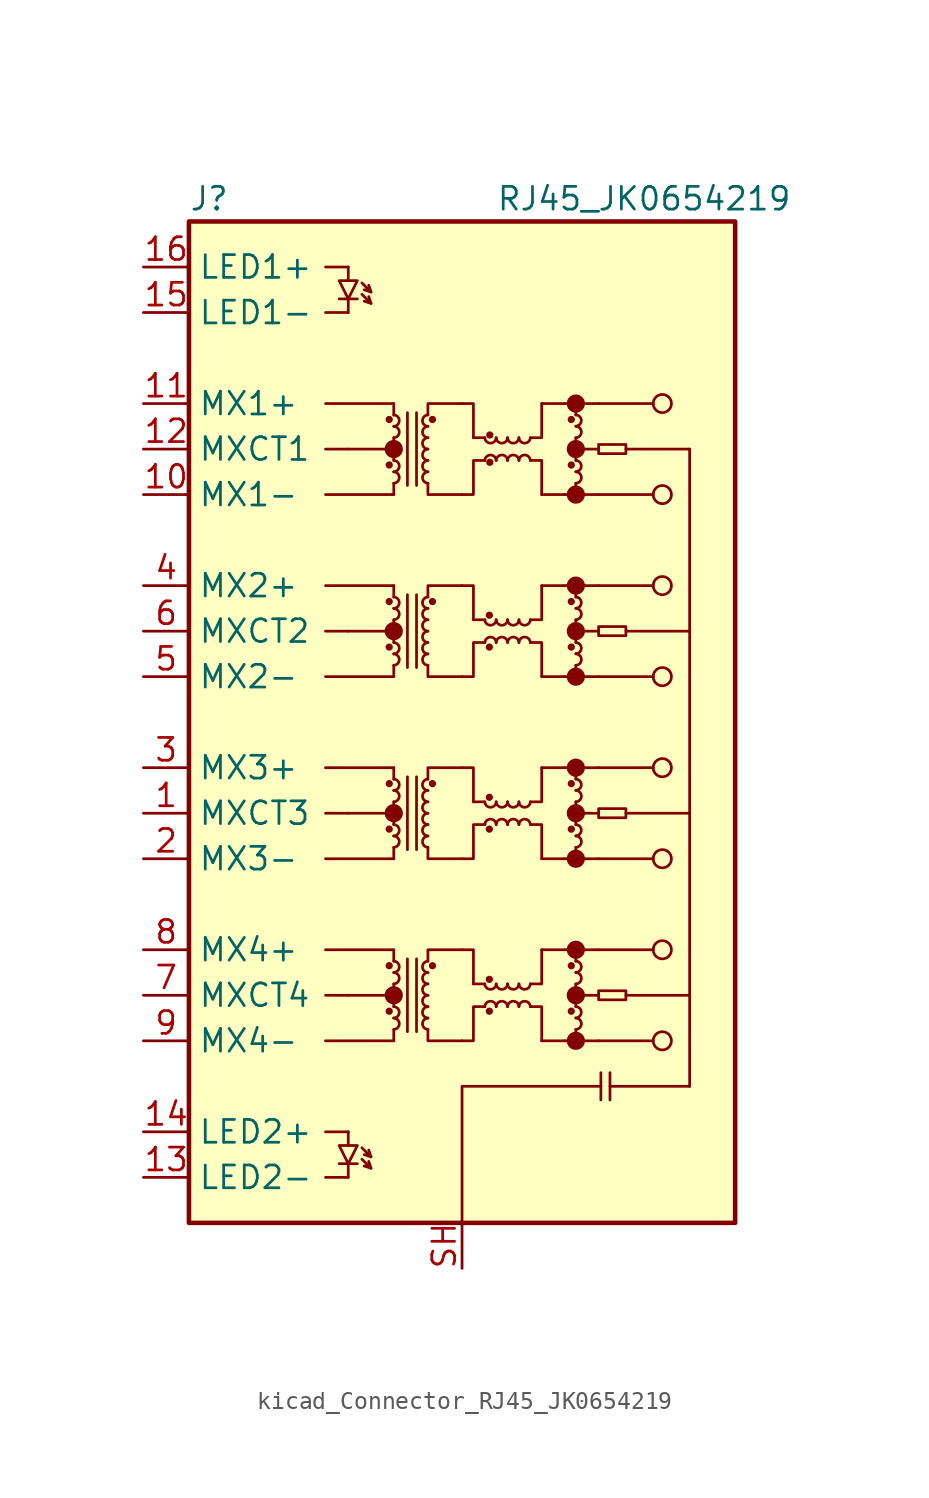
<source format=kicad_sym>
(kicad_symbol_lib
  (version 20220914)
  (generator kicad_symbol_editor)
  (symbol "kicad_Connector_RJ45_JK0654219"
    (property "Reference" "J"
      (at -15.24 29.21 0)
      (effects (font (size 1.27 1.27)) (justify left)))
    (property "Value" "RJ45_JK0654219"
      (at 10.16 29.21 0)
      (effects (font (size 1.27 1.27))))
    (symbol "kicad_Connector_RJ45_JK0654219_0_0"
      (circle (center -3.81 -15.24) (radius 0.0001) (stroke (width 0.508) (type default)) (fill (type none)))
      (circle (center -3.81 -5.08) (radius 0.0001) (stroke (width 0.508) (type default)) (fill (type none)))
      (circle (center -3.81 5.08) (radius 0.0001) (stroke (width 0.508) (type default)) (fill (type none)))
      (circle (center -3.81 15.24) (radius 0.0001) (stroke (width 0.508) (type default)) (fill (type none)))
      (circle (center 6.35 -17.78) (radius 0.0001) (stroke (width 0.508) (type default)) (fill (type none)))
      (circle (center 6.35 -15.24) (radius 0.0001) (stroke (width 0.508) (type default)) (fill (type none)))
      (circle (center 6.35 -12.7) (radius 0.0001) (stroke (width 0.508) (type default)) (fill (type none)))
      (circle (center 6.35 -7.62) (radius 0.0001) (stroke (width 0.508) (type default)) (fill (type none)))
      (circle (center 6.35 -5.08) (radius 0.0001) (stroke (width 0.508) (type default)) (fill (type none)))
      (circle (center 6.35 -2.54) (radius 0.0001) (stroke (width 0.508) (type default)) (fill (type none)))
      (circle (center 6.35 2.54) (radius 0.0001) (stroke (width 0.508) (type default)) (fill (type none)))
      (circle (center 6.35 5.08) (radius 0.0001) (stroke (width 0.508) (type default)) (fill (type none)))
      (circle (center 6.35 7.62) (radius 0.0001) (stroke (width 0.508) (type default)) (fill (type none)))
      (circle (center 6.35 12.7) (radius 0.0001) (stroke (width 0.508) (type default)) (fill (type none)))
      (circle (center 6.35 15.24) (radius 0.0001) (stroke (width 0.508) (type default)) (fill (type none)))
      (circle (center 6.35 17.78) (radius 0.0001) (stroke (width 0.508) (type default)) (fill (type none))))
    (symbol "kicad_Connector_RJ45_JK0654219_0_1"
      (rectangle (start -15.24 27.94) (end 15.24 -27.94) (stroke (width 0.254) (type default)) (fill (type background)))
      (circle (center -4.064 -16.129) (radius 0.127) (stroke (width 0) (type default)) (fill (type outline)))
      (circle (center -4.064 -13.589) (radius 0.127) (stroke (width 0) (type default)) (fill (type outline)))
      (circle (center -4.064 -5.969) (radius 0.127) (stroke (width 0) (type default)) (fill (type outline)))
      (circle (center -4.064 -3.429) (radius 0.127) (stroke (width 0) (type default)) (fill (type outline)))
      (circle (center -4.064 4.191) (radius 0.127) (stroke (width 0) (type default)) (fill (type outline)))
      (circle (center -4.064 6.731) (radius 0.127) (stroke (width 0) (type default)) (fill (type outline)))
      (circle (center -4.064 14.351) (radius 0.127) (stroke (width 0) (type default)) (fill (type outline)))
      (circle (center -4.064 16.891) (radius 0.127) (stroke (width 0) (type default)) (fill (type outline)))
      (arc (start -3.81 -17.145) (mid -3.5052 -16.8402) (end -3.81 -16.51) (stroke (width 0) (type default)) (fill (type none)))
      (arc (start -3.81 -16.51) (mid -3.5052 -16.2052) (end -3.81 -15.875) (stroke (width 0) (type default)) (fill (type none)))
      (arc (start -3.81 -14.605) (mid -3.5052 -14.3002) (end -3.81 -13.97) (stroke (width 0) (type default)) (fill (type none)))
      (arc (start -3.81 -13.97) (mid -3.5052 -13.6652) (end -3.81 -13.335) (stroke (width 0) (type default)) (fill (type none)))
      (arc (start -3.81 -6.985) (mid -3.5052 -6.6802) (end -3.81 -6.35) (stroke (width 0) (type default)) (fill (type none)))
      (arc (start -3.81 -6.35) (mid -3.5052 -6.0452) (end -3.81 -5.715) (stroke (width 0) (type default)) (fill (type none)))
      (arc (start -3.81 -4.445) (mid -3.5052 -4.1402) (end -3.81 -3.81) (stroke (width 0) (type default)) (fill (type none)))
      (arc (start -3.81 -3.81) (mid -3.5052 -3.5052) (end -3.81 -3.175) (stroke (width 0) (type default)) (fill (type none)))
      (arc (start -3.81 3.175) (mid -3.5052 3.4798) (end -3.81 3.81) (stroke (width 0) (type default)) (fill (type none)))
      (arc (start -3.81 3.81) (mid -3.5052 4.1148) (end -3.81 4.445) (stroke (width 0) (type default)) (fill (type none)))
      (arc (start -3.81 5.715) (mid -3.5052 6.0198) (end -3.81 6.35) (stroke (width 0) (type default)) (fill (type none)))
      (arc (start -3.81 6.35) (mid -3.5052 6.6548) (end -3.81 6.985) (stroke (width 0) (type default)) (fill (type none)))
      (arc (start -3.81 13.335) (mid -3.5052 13.6398) (end -3.81 13.97) (stroke (width 0) (type default)) (fill (type none)))
      (arc (start -3.81 13.97) (mid -3.5052 14.2748) (end -3.81 14.605) (stroke (width 0) (type default)) (fill (type none)))
      (arc (start -3.81 15.875) (mid -3.5052 16.1798) (end -3.81 16.51) (stroke (width 0) (type default)) (fill (type none)))
      (arc (start -3.81 16.51) (mid -3.5052 16.8148) (end -3.81 17.145) (stroke (width 0) (type default)) (fill (type none)))
      (arc (start -1.905 -16.51) (mid -2.2098 -16.8148) (end -1.905 -17.145) (stroke (width 0) (type default)) (fill (type none)))
      (arc (start -1.905 -15.875) (mid -2.2098 -16.1798) (end -1.905 -16.51) (stroke (width 0) (type default)) (fill (type none)))
      (arc (start -1.905 -15.24) (mid -2.2098 -15.5448) (end -1.905 -15.875) (stroke (width 0) (type default)) (fill (type none)))
      (arc (start -1.905 -14.605) (mid -2.2098 -14.9098) (end -1.905 -15.24) (stroke (width 0) (type default)) (fill (type none)))
      (arc (start -1.905 -13.97) (mid -2.2098 -14.2748) (end -1.905 -14.605) (stroke (width 0) (type default)) (fill (type none)))
      (arc (start -1.905 -13.335) (mid -2.2098 -13.6398) (end -1.905 -13.97) (stroke (width 0) (type default)) (fill (type none)))
      (arc (start -1.905 -6.35) (mid -2.2098 -6.6548) (end -1.905 -6.985) (stroke (width 0) (type default)) (fill (type none)))
      (arc (start -1.905 -5.715) (mid -2.2098 -6.0198) (end -1.905 -6.35) (stroke (width 0) (type default)) (fill (type none)))
      (arc (start -1.905 -5.08) (mid -2.2098 -5.3848) (end -1.905 -5.715) (stroke (width 0) (type default)) (fill (type none)))
      (arc (start -1.905 -4.445) (mid -2.2098 -4.7498) (end -1.905 -5.08) (stroke (width 0) (type default)) (fill (type none)))
      (arc (start -1.905 -3.81) (mid -2.2098 -4.1148) (end -1.905 -4.445) (stroke (width 0) (type default)) (fill (type none)))
      (arc (start -1.905 -3.175) (mid -2.2098 -3.4798) (end -1.905 -3.81) (stroke (width 0) (type default)) (fill (type none)))
      (arc (start -1.905 3.81) (mid -2.2098 3.5052) (end -1.905 3.175) (stroke (width 0) (type default)) (fill (type none)))
      (arc (start -1.905 4.445) (mid -2.2098 4.1402) (end -1.905 3.81) (stroke (width 0) (type default)) (fill (type none)))
      (arc (start -1.905 5.08) (mid -2.2098 4.7752) (end -1.905 4.445) (stroke (width 0) (type default)) (fill (type none)))
      (arc (start -1.905 5.715) (mid -2.2098 5.4102) (end -1.905 5.08) (stroke (width 0) (type default)) (fill (type none)))
      (arc (start -1.905 6.35) (mid -2.2098 6.0452) (end -1.905 5.715) (stroke (width 0) (type default)) (fill (type none)))
      (arc (start -1.905 6.985) (mid -2.2098 6.6802) (end -1.905 6.35) (stroke (width 0) (type default)) (fill (type none)))
      (arc (start -1.905 13.97) (mid -2.2098 13.6652) (end -1.905 13.335) (stroke (width 0) (type default)) (fill (type none)))
      (arc (start -1.905 14.605) (mid -2.2098 14.3002) (end -1.905 13.97) (stroke (width 0) (type default)) (fill (type none)))
      (arc (start -1.905 15.24) (mid -2.2098 14.9352) (end -1.905 14.605) (stroke (width 0) (type default)) (fill (type none)))
      (arc (start -1.905 15.875) (mid -2.2098 15.5702) (end -1.905 15.24) (stroke (width 0) (type default)) (fill (type none)))
      (arc (start -1.905 16.51) (mid -2.2098 16.2052) (end -1.905 15.875) (stroke (width 0) (type default)) (fill (type none)))
      (arc (start -1.905 17.145) (mid -2.2098 16.8402) (end -1.905 16.51) (stroke (width 0) (type default)) (fill (type none)))
      (circle (center -1.651 -13.589) (radius 0.127) (stroke (width 0) (type default)) (fill (type outline)))
      (circle (center -1.651 -3.429) (radius 0.127) (stroke (width 0) (type default)) (fill (type outline)))
      (circle (center -1.651 6.731) (radius 0.127) (stroke (width 0) (type default)) (fill (type outline)))
      (circle (center -1.651 16.891) (radius 0.127) (stroke (width 0) (type default)) (fill (type outline)))
      (polyline (pts (xy -7.62 -17.78) (xy -3.81 -17.78)) (stroke (width 0) (type default)) (fill (type none)))
      (polyline (pts (xy -7.62 -15.24) (xy -6.35 -15.24)) (stroke (width 0) (type default)) (fill (type none)))
      (polyline (pts (xy -7.62 -12.7) (xy -3.81 -12.7)) (stroke (width 0) (type default)) (fill (type none)))
      (polyline (pts (xy -7.62 -7.62) (xy -3.81 -7.62)) (stroke (width 0) (type default)) (fill (type none)))
      (polyline (pts (xy -7.62 -5.08) (xy -6.35 -5.08)) (stroke (width 0) (type default)) (fill (type none)))
      (polyline (pts (xy -7.62 -2.54) (xy -3.81 -2.54)) (stroke (width 0) (type default)) (fill (type none)))
      (polyline (pts (xy -7.62 2.54) (xy -3.81 2.54)) (stroke (width 0) (type default)) (fill (type none)))
      (polyline (pts (xy -7.62 5.08) (xy -6.35 5.08)) (stroke (width 0) (type default)) (fill (type none)))
      (polyline (pts (xy -7.62 7.62) (xy -3.81 7.62)) (stroke (width 0) (type default)) (fill (type none)))
      (polyline (pts (xy -7.62 12.7) (xy -3.81 12.7)) (stroke (width 0) (type default)) (fill (type none)))
      (polyline (pts (xy -7.62 15.24) (xy -6.35 15.24)) (stroke (width 0) (type default)) (fill (type none)))
      (polyline (pts (xy -7.62 17.78) (xy -3.81 17.78)) (stroke (width 0) (type default)) (fill (type none)))
      (polyline (pts (xy -6.35 -15.24) (xy -3.81 -15.24)) (stroke (width 0) (type default)) (fill (type none)))
      (polyline (pts (xy -6.35 -5.08) (xy -3.81 -5.08)) (stroke (width 0) (type default)) (fill (type none)))
      (polyline (pts (xy -6.35 5.08) (xy -3.81 5.08)) (stroke (width 0) (type default)) (fill (type none)))
      (polyline (pts (xy -6.35 15.24) (xy -3.81 15.24)) (stroke (width 0) (type default)) (fill (type none)))
      (polyline (pts (xy -3.81 -17.78) (xy -3.81 -17.145)) (stroke (width 0) (type default)) (fill (type none)))
      (polyline (pts (xy -3.81 -15.24) (xy -3.81 -15.875)) (stroke (width 0) (type default)) (fill (type none)))
      (polyline (pts (xy -3.81 -15.24) (xy -3.81 -14.605)) (stroke (width 0) (type default)) (fill (type none)))
      (polyline (pts (xy -3.81 -12.7) (xy -3.81 -13.335)) (stroke (width 0) (type default)) (fill (type none)))
      (polyline (pts (xy -3.81 -7.62) (xy -3.81 -6.985)) (stroke (width 0) (type default)) (fill (type none)))
      (polyline (pts (xy -3.81 -5.08) (xy -3.81 -5.715)) (stroke (width 0) (type default)) (fill (type none)))
      (polyline (pts (xy -3.81 -5.08) (xy -3.81 -4.445)) (stroke (width 0) (type default)) (fill (type none)))
      (polyline (pts (xy -3.81 -2.54) (xy -3.81 -3.175)) (stroke (width 0) (type default)) (fill (type none)))
      (polyline (pts (xy -3.81 2.54) (xy -3.81 3.175)) (stroke (width 0) (type default)) (fill (type none)))
      (polyline (pts (xy -3.81 5.08) (xy -3.81 4.445)) (stroke (width 0) (type default)) (fill (type none)))
      (polyline (pts (xy -3.81 5.08) (xy -3.81 5.715)) (stroke (width 0) (type default)) (fill (type none)))
      (polyline (pts (xy -3.81 7.62) (xy -3.81 6.985)) (stroke (width 0) (type default)) (fill (type none)))
      (polyline (pts (xy -3.81 12.7) (xy -3.81 13.335)) (stroke (width 0) (type default)) (fill (type none)))
      (polyline (pts (xy -3.81 15.24) (xy -3.81 14.605)) (stroke (width 0) (type default)) (fill (type none)))
      (polyline (pts (xy -3.81 15.24) (xy -3.81 15.875)) (stroke (width 0) (type default)) (fill (type none)))
      (polyline (pts (xy -3.81 17.78) (xy -3.81 17.145)) (stroke (width 0) (type default)) (fill (type none)))
      (polyline (pts (xy -3.048 -17.272) (xy -3.048 -13.208)) (stroke (width 0) (type default)) (fill (type none)))
      (polyline (pts (xy -3.048 -7.112) (xy -3.048 -3.048)) (stroke (width 0) (type default)) (fill (type none)))
      (polyline (pts (xy -3.048 3.048) (xy -3.048 7.112)) (stroke (width 0) (type default)) (fill (type none)))
      (polyline (pts (xy -3.048 13.208) (xy -3.048 17.272)) (stroke (width 0) (type default)) (fill (type none)))
      (polyline (pts (xy -2.54 -17.272) (xy -2.54 -13.208)) (stroke (width 0) (type default)) (fill (type none)))
      (polyline (pts (xy -2.54 -7.112) (xy -2.54 -3.048)) (stroke (width 0) (type default)) (fill (type none)))
      (polyline (pts (xy -2.54 3.048) (xy -2.54 7.112)) (stroke (width 0) (type default)) (fill (type none)))
      (polyline (pts (xy -2.54 13.208) (xy -2.54 17.272)) (stroke (width 0) (type default)) (fill (type none)))
      (polyline (pts (xy 0.635 -14.605) (xy 1.27 -14.605)) (stroke (width 0) (type default)) (fill (type none)))
      (polyline (pts (xy 0.635 -4.445) (xy 1.27 -4.445)) (stroke (width 0) (type default)) (fill (type none)))
      (polyline (pts (xy 0.635 5.715) (xy 1.27 5.715)) (stroke (width 0) (type default)) (fill (type none)))
      (polyline (pts (xy 0.635 15.875) (xy 1.27 15.875)) (stroke (width 0) (type default)) (fill (type none)))
      (polyline (pts (xy 4.445 -17.78) (xy 5.715 -17.78)) (stroke (width 0) (type default)) (fill (type none)))
      (polyline (pts (xy 4.445 -12.7) (xy 5.715 -12.7)) (stroke (width 0) (type default)) (fill (type none)))
      (polyline (pts (xy 4.445 -7.62) (xy 5.715 -7.62)) (stroke (width 0) (type default)) (fill (type none)))
      (polyline (pts (xy 4.445 -2.54) (xy 5.715 -2.54)) (stroke (width 0) (type default)) (fill (type none)))
      (polyline (pts (xy 4.445 2.54) (xy 5.715 2.54)) (stroke (width 0) (type default)) (fill (type none)))
      (polyline (pts (xy 4.445 7.62) (xy 5.715 7.62)) (stroke (width 0) (type default)) (fill (type none)))
      (polyline (pts (xy 4.445 12.7) (xy 5.715 12.7)) (stroke (width 0) (type default)) (fill (type none)))
      (polyline (pts (xy 4.445 17.78) (xy 5.715 17.78)) (stroke (width 0) (type default)) (fill (type none)))
      (polyline (pts (xy 6.35 -15.24) (xy 6.35 -15.875)) (stroke (width 0) (type default)) (fill (type none)))
      (polyline (pts (xy 6.35 -15.24) (xy 6.35 -14.605)) (stroke (width 0) (type default)) (fill (type none)))
      (polyline (pts (xy 6.35 -5.08) (xy 6.35 -5.715)) (stroke (width 0) (type default)) (fill (type none)))
      (polyline (pts (xy 6.35 -5.08) (xy 6.35 -4.445)) (stroke (width 0) (type default)) (fill (type none)))
      (polyline (pts (xy 6.35 5.08) (xy 6.35 4.445)) (stroke (width 0) (type default)) (fill (type none)))
      (polyline (pts (xy 6.35 5.08) (xy 6.35 5.715)) (stroke (width 0) (type default)) (fill (type none)))
      (polyline (pts (xy 6.35 15.24) (xy 6.35 14.605)) (stroke (width 0) (type default)) (fill (type none)))
      (polyline (pts (xy 6.35 15.24) (xy 6.35 15.875)) (stroke (width 0) (type default)) (fill (type none)))
      (polyline (pts (xy 7.62 -17.78) (xy 6.35 -17.78)) (stroke (width 0) (type default)) (fill (type none)))
      (polyline (pts (xy 7.62 -17.78) (xy 10.668 -17.78)) (stroke (width 0) (type default)) (fill (type none)))
      (polyline (pts (xy 7.62 -15.24) (xy 6.35 -15.24)) (stroke (width 0) (type default)) (fill (type none)))
      (polyline (pts (xy 7.62 -12.7) (xy 6.35 -12.7)) (stroke (width 0) (type default)) (fill (type none)))
      (polyline (pts (xy 7.62 -12.7) (xy 10.668 -12.7)) (stroke (width 0) (type default)) (fill (type none)))
      (polyline (pts (xy 7.62 -7.62) (xy 6.35 -7.62)) (stroke (width 0) (type default)) (fill (type none)))
      (polyline (pts (xy 7.62 -7.62) (xy 10.668 -7.62)) (stroke (width 0) (type default)) (fill (type none)))
      (polyline (pts (xy 7.62 -5.08) (xy 6.35 -5.08)) (stroke (width 0) (type default)) (fill (type none)))
      (polyline (pts (xy 7.62 -2.54) (xy 6.35 -2.54)) (stroke (width 0) (type default)) (fill (type none)))
      (polyline (pts (xy 7.62 -2.54) (xy 10.668 -2.54)) (stroke (width 0) (type default)) (fill (type none)))
      (polyline (pts (xy 7.62 2.54) (xy 6.35 2.54)) (stroke (width 0) (type default)) (fill (type none)))
      (polyline (pts (xy 7.62 2.54) (xy 10.668 2.54)) (stroke (width 0) (type default)) (fill (type none)))
      (polyline (pts (xy 7.62 5.08) (xy 6.35 5.08)) (stroke (width 0) (type default)) (fill (type none)))
      (polyline (pts (xy 7.62 7.62) (xy 6.35 7.62)) (stroke (width 0) (type default)) (fill (type none)))
      (polyline (pts (xy 7.62 7.62) (xy 10.668 7.62)) (stroke (width 0) (type default)) (fill (type none)))
      (polyline (pts (xy 7.62 12.7) (xy 6.35 12.7)) (stroke (width 0) (type default)) (fill (type none)))
      (polyline (pts (xy 7.62 12.7) (xy 10.668 12.7)) (stroke (width 0) (type default)) (fill (type none)))
      (polyline (pts (xy 7.62 15.24) (xy 6.35 15.24)) (stroke (width 0) (type default)) (fill (type none)))
      (polyline (pts (xy 7.62 17.78) (xy 6.35 17.78)) (stroke (width 0) (type default)) (fill (type none)))
      (polyline (pts (xy 7.62 17.78) (xy 10.668 17.78)) (stroke (width 0) (type default)) (fill (type none)))
      (polyline (pts (xy 7.747 -19.558) (xy 7.747 -21.082)) (stroke (width 0.152) (type default)) (fill (type none)))
      (polyline (pts (xy 8.255 -20.32) (xy 12.7 -20.32)) (stroke (width 0) (type default)) (fill (type none)))
      (polyline (pts (xy 8.255 -19.558) (xy 8.255 -21.082)) (stroke (width 0.152) (type default)) (fill (type none)))
      (polyline (pts (xy 9.144 -15.24) (xy 12.7 -15.24)) (stroke (width 0) (type default)) (fill (type none)))
      (polyline (pts (xy 9.144 -5.08) (xy 12.7 -5.08)) (stroke (width 0) (type default)) (fill (type none)))
      (polyline (pts (xy 9.144 5.08) (xy 12.7 5.08)) (stroke (width 0) (type default)) (fill (type none)))
      (polyline (pts (xy 12.7 -20.32) (xy 12.7 15.24)) (stroke (width 0) (type default)) (fill (type none)))
      (polyline (pts (xy 12.7 15.24) (xy 9.144 15.24)) (stroke (width 0) (type default)) (fill (type none)))
      (polyline (pts (xy -1.905 -17.145) (xy -1.905 -17.78) (xy 0 -17.78)) (stroke (width 0) (type default)) (fill (type none)))
      (polyline (pts (xy -1.905 -13.335) (xy -1.905 -12.7) (xy 0 -12.7)) (stroke (width 0) (type default)) (fill (type none)))
      (polyline (pts (xy -1.905 -6.985) (xy -1.905 -7.62) (xy 0 -7.62)) (stroke (width 0) (type default)) (fill (type none)))
      (polyline (pts (xy -1.905 -3.175) (xy -1.905 -2.54) (xy 0 -2.54)) (stroke (width 0) (type default)) (fill (type none)))
      (polyline (pts (xy -1.905 3.175) (xy -1.905 2.54) (xy 0 2.54)) (stroke (width 0) (type default)) (fill (type none)))
      (polyline (pts (xy -1.905 6.985) (xy -1.905 7.62) (xy 0 7.62)) (stroke (width 0) (type default)) (fill (type none)))
      (polyline (pts (xy -1.905 13.335) (xy -1.905 12.7) (xy 0 12.7)) (stroke (width 0) (type default)) (fill (type none)))
      (polyline (pts (xy -1.905 17.145) (xy -1.905 17.78) (xy 0 17.78)) (stroke (width 0) (type default)) (fill (type none)))
      (polyline (pts (xy 0 -12.7) (xy 0.635 -12.7) (xy 0.635 -14.605)) (stroke (width 0) (type default)) (fill (type none)))
      (polyline (pts (xy 0 -2.54) (xy 0.635 -2.54) (xy 0.635 -4.445)) (stroke (width 0) (type default)) (fill (type none)))
      (polyline (pts (xy 0 7.62) (xy 0.635 7.62) (xy 0.635 5.715)) (stroke (width 0) (type default)) (fill (type none)))
      (polyline (pts (xy 0 17.78) (xy 0.635 17.78) (xy 0.635 15.875)) (stroke (width 0) (type default)) (fill (type none)))
      (polyline (pts (xy 3.81 -15.875) (xy 4.445 -15.875) (xy 4.445 -17.78)) (stroke (width 0) (type default)) (fill (type none)))
      (polyline (pts (xy 3.81 -14.605) (xy 4.445 -14.605) (xy 4.445 -12.7)) (stroke (width 0) (type default)) (fill (type none)))
      (polyline (pts (xy 3.81 -5.715) (xy 4.445 -5.715) (xy 4.445 -7.62)) (stroke (width 0) (type default)) (fill (type none)))
      (polyline (pts (xy 3.81 -4.445) (xy 4.445 -4.445) (xy 4.445 -2.54)) (stroke (width 0) (type default)) (fill (type none)))
      (polyline (pts (xy 3.81 4.445) (xy 4.445 4.445) (xy 4.445 2.54)) (stroke (width 0) (type default)) (fill (type none)))
      (polyline (pts (xy 3.81 5.715) (xy 4.445 5.715) (xy 4.445 7.62)) (stroke (width 0) (type default)) (fill (type none)))
      (polyline (pts (xy 3.81 14.605) (xy 4.445 14.605) (xy 4.445 12.7)) (stroke (width 0) (type default)) (fill (type none)))
      (polyline (pts (xy 3.81 15.875) (xy 4.445 15.875) (xy 4.445 17.78)) (stroke (width 0) (type default)) (fill (type none)))
      (polyline (pts (xy 5.715 -17.78) (xy 6.35 -17.78) (xy 6.35 -17.145)) (stroke (width 0) (type default)) (fill (type none)))
      (polyline (pts (xy 5.715 -12.7) (xy 6.35 -12.7) (xy 6.35 -13.335)) (stroke (width 0) (type default)) (fill (type none)))
      (polyline (pts (xy 5.715 -7.62) (xy 6.35 -7.62) (xy 6.35 -6.985)) (stroke (width 0) (type default)) (fill (type none)))
      (polyline (pts (xy 5.715 -2.54) (xy 6.35 -2.54) (xy 6.35 -3.175)) (stroke (width 0) (type default)) (fill (type none)))
      (polyline (pts (xy 5.715 2.54) (xy 6.35 2.54) (xy 6.35 3.175)) (stroke (width 0) (type default)) (fill (type none)))
      (polyline (pts (xy 5.715 7.62) (xy 6.35 7.62) (xy 6.35 6.985)) (stroke (width 0) (type default)) (fill (type none)))
      (polyline (pts (xy 5.715 12.7) (xy 6.35 12.7) (xy 6.35 13.335)) (stroke (width 0) (type default)) (fill (type none)))
      (polyline (pts (xy 5.715 17.78) (xy 6.35 17.78) (xy 6.35 17.145)) (stroke (width 0) (type default)) (fill (type none)))
      (polyline (pts (xy 7.747 -20.32) (xy 0 -20.32) (xy 0 -27.94)) (stroke (width 0) (type default)) (fill (type none)))
      (polyline (pts (xy 0 -17.78) (xy 0.635 -17.78) (xy 0.635 -15.875) (xy 1.27 -15.875)) (stroke (width 0) (type default)) (fill (type none)))
      (polyline (pts (xy 0 -7.62) (xy 0.635 -7.62) (xy 0.635 -5.715) (xy 1.27 -5.715)) (stroke (width 0) (type default)) (fill (type none)))
      (polyline (pts (xy 0 2.54) (xy 0.635 2.54) (xy 0.635 4.445) (xy 1.27 4.445)) (stroke (width 0) (type default)) (fill (type none)))
      (polyline (pts (xy 0 12.7) (xy 0.635 12.7) (xy 0.635 14.605) (xy 1.27 14.605)) (stroke (width 0) (type default)) (fill (type none)))
      (arc (start 1.27 -14.605) (mid 1.5748 -14.9098) (end 1.905 -14.605) (stroke (width 0) (type default)) (fill (type none)))
      (arc (start 1.27 -4.445) (mid 1.5748 -4.7498) (end 1.905 -4.445) (stroke (width 0) (type default)) (fill (type none)))
      (arc (start 1.27 5.715) (mid 1.5748 5.4102) (end 1.905 5.715) (stroke (width 0) (type default)) (fill (type none)))
      (arc (start 1.27 15.875) (mid 1.5748 15.5702) (end 1.905 15.875) (stroke (width 0) (type default)) (fill (type none)))
      (circle (center 1.524 -16.129) (radius 0.127) (stroke (width 0) (type default)) (fill (type outline)))
      (circle (center 1.524 -14.351) (radius 0.127) (stroke (width 0) (type default)) (fill (type outline)))
      (circle (center 1.524 -5.969) (radius 0.127) (stroke (width 0) (type default)) (fill (type outline)))
      (circle (center 1.524 -4.191) (radius 0.127) (stroke (width 0) (type default)) (fill (type outline)))
      (circle (center 1.524 4.191) (radius 0.127) (stroke (width 0) (type default)) (fill (type outline)))
      (circle (center 1.524 5.969) (radius 0.127) (stroke (width 0) (type default)) (fill (type outline)))
      (circle (center 1.549 14.503) (radius 0.127) (stroke (width 0) (type default)) (fill (type outline)))
      (circle (center 1.549 16.027) (radius 0.127) (stroke (width 0) (type default)) (fill (type outline)))
      (arc (start 1.905 -15.875) (mid 1.6002 -15.5702) (end 1.27 -15.875) (stroke (width 0) (type default)) (fill (type none)))
      (arc (start 1.905 -14.605) (mid 2.2098 -14.9098) (end 2.54 -14.605) (stroke (width 0) (type default)) (fill (type none)))
      (arc (start 1.905 -5.715) (mid 1.6002 -5.4102) (end 1.27 -5.715) (stroke (width 0) (type default)) (fill (type none)))
      (arc (start 1.905 -4.445) (mid 2.2098 -4.7498) (end 2.54 -4.445) (stroke (width 0) (type default)) (fill (type none)))
      (arc (start 1.905 4.445) (mid 1.6002 4.7498) (end 1.27 4.445) (stroke (width 0) (type default)) (fill (type none)))
      (arc (start 1.905 5.715) (mid 2.2098 5.4102) (end 2.54 5.715) (stroke (width 0) (type default)) (fill (type none)))
      (arc (start 1.905 14.605) (mid 1.6002 14.9098) (end 1.27 14.605) (stroke (width 0) (type default)) (fill (type none)))
      (arc (start 1.905 15.875) (mid 2.2098 15.5702) (end 2.54 15.875) (stroke (width 0) (type default)) (fill (type none)))
      (arc (start 2.54 -15.875) (mid 2.2352 -15.5702) (end 1.905 -15.875) (stroke (width 0) (type default)) (fill (type none)))
      (arc (start 2.54 -14.605) (mid 2.8448 -14.9098) (end 3.175 -14.605) (stroke (width 0) (type default)) (fill (type none)))
      (arc (start 2.54 -5.715) (mid 2.2352 -5.4102) (end 1.905 -5.715) (stroke (width 0) (type default)) (fill (type none)))
      (arc (start 2.54 -4.445) (mid 2.8448 -4.7498) (end 3.175 -4.445) (stroke (width 0) (type default)) (fill (type none)))
      (arc (start 2.54 4.445) (mid 2.2352 4.7498) (end 1.905 4.445) (stroke (width 0) (type default)) (fill (type none)))
      (arc (start 2.54 5.715) (mid 2.8448 5.4102) (end 3.175 5.715) (stroke (width 0) (type default)) (fill (type none)))
      (arc (start 2.54 14.605) (mid 2.2352 14.9098) (end 1.905 14.605) (stroke (width 0) (type default)) (fill (type none)))
      (arc (start 2.54 15.875) (mid 2.8448 15.5702) (end 3.175 15.875) (stroke (width 0) (type default)) (fill (type none)))
      (arc (start 3.175 -15.875) (mid 2.8702 -15.5702) (end 2.54 -15.875) (stroke (width 0) (type default)) (fill (type none)))
      (arc (start 3.175 -14.605) (mid 3.4798 -14.9098) (end 3.81 -14.605) (stroke (width 0) (type default)) (fill (type none)))
      (arc (start 3.175 -5.715) (mid 2.8702 -5.4102) (end 2.54 -5.715) (stroke (width 0) (type default)) (fill (type none)))
      (arc (start 3.175 -4.445) (mid 3.4798 -4.7498) (end 3.81 -4.445) (stroke (width 0) (type default)) (fill (type none)))
      (arc (start 3.175 4.445) (mid 2.8702 4.7498) (end 2.54 4.445) (stroke (width 0) (type default)) (fill (type none)))
      (arc (start 3.175 5.715) (mid 3.4798 5.4102) (end 3.81 5.715) (stroke (width 0) (type default)) (fill (type none)))
      (arc (start 3.175 14.605) (mid 2.8702 14.9098) (end 2.54 14.605) (stroke (width 0) (type default)) (fill (type none)))
      (arc (start 3.175 15.875) (mid 3.4798 15.5702) (end 3.81 15.875) (stroke (width 0) (type default)) (fill (type none)))
      (arc (start 3.81 -15.875) (mid 3.5052 -15.5702) (end 3.175 -15.875) (stroke (width 0) (type default)) (fill (type none)))
      (arc (start 3.81 -5.715) (mid 3.5052 -5.4102) (end 3.175 -5.715) (stroke (width 0) (type default)) (fill (type none)))
      (arc (start 3.81 4.445) (mid 3.5052 4.7498) (end 3.175 4.445) (stroke (width 0) (type default)) (fill (type none)))
      (arc (start 3.81 14.605) (mid 3.5052 14.9098) (end 3.175 14.605) (stroke (width 0) (type default)) (fill (type none)))
      (circle (center 6.096 -16.129) (radius 0.127) (stroke (width 0) (type default)) (fill (type outline)))
      (circle (center 6.096 -13.589) (radius 0.127) (stroke (width 0) (type default)) (fill (type outline)))
      (circle (center 6.096 -5.969) (radius 0.127) (stroke (width 0) (type default)) (fill (type outline)))
      (circle (center 6.096 -3.429) (radius 0.127) (stroke (width 0) (type default)) (fill (type outline)))
      (circle (center 6.096 4.191) (radius 0.127) (stroke (width 0) (type default)) (fill (type outline)))
      (circle (center 6.096 6.731) (radius 0.127) (stroke (width 0) (type default)) (fill (type outline)))
      (circle (center 6.096 14.351) (radius 0.127) (stroke (width 0) (type default)) (fill (type outline)))
      (circle (center 6.096 16.891) (radius 0.127) (stroke (width 0) (type default)) (fill (type outline)))
      (arc (start 6.35 -17.145) (mid 6.6548 -16.8275) (end 6.35 -16.51) (stroke (width 0) (type default)) (fill (type none)))
      (arc (start 6.35 -16.51) (mid 6.6548 -16.1925) (end 6.35 -15.875) (stroke (width 0) (type default)) (fill (type none)))
      (arc (start 6.35 -14.605) (mid 6.6548 -14.2875) (end 6.35 -13.97) (stroke (width 0) (type default)) (fill (type none)))
      (arc (start 6.35 -13.97) (mid 6.6548 -13.6525) (end 6.35 -13.335) (stroke (width 0) (type default)) (fill (type none)))
      (arc (start 6.35 -6.985) (mid 6.6548 -6.6675) (end 6.35 -6.35) (stroke (width 0) (type default)) (fill (type none)))
      (arc (start 6.35 -6.35) (mid 6.6548 -6.0325) (end 6.35 -5.715) (stroke (width 0) (type default)) (fill (type none)))
      (arc (start 6.35 -4.445) (mid 6.6548 -4.1275) (end 6.35 -3.81) (stroke (width 0) (type default)) (fill (type none)))
      (arc (start 6.35 -3.81) (mid 6.6548 -3.4925) (end 6.35 -3.175) (stroke (width 0) (type default)) (fill (type none)))
      (arc (start 6.35 3.175) (mid 6.6548 3.4925) (end 6.35 3.81) (stroke (width 0) (type default)) (fill (type none)))
      (arc (start 6.35 3.81) (mid 6.6548 4.1275) (end 6.35 4.445) (stroke (width 0) (type default)) (fill (type none)))
      (arc (start 6.35 5.715) (mid 6.6548 6.0325) (end 6.35 6.35) (stroke (width 0) (type default)) (fill (type none)))
      (arc (start 6.35 6.35) (mid 6.6548 6.6675) (end 6.35 6.985) (stroke (width 0) (type default)) (fill (type none)))
      (arc (start 6.35 13.335) (mid 6.6548 13.6525) (end 6.35 13.97) (stroke (width 0) (type default)) (fill (type none)))
      (arc (start 6.35 13.97) (mid 6.6548 14.2875) (end 6.35 14.605) (stroke (width 0) (type default)) (fill (type none)))
      (arc (start 6.35 15.875) (mid 6.6548 16.1925) (end 6.35 16.51) (stroke (width 0) (type default)) (fill (type none)))
      (arc (start 6.35 16.51) (mid 6.6548 16.8275) (end 6.35 17.145) (stroke (width 0) (type default)) (fill (type none)))
      (rectangle (start 7.62 -14.986) (end 9.144 -15.494) (stroke (width 0) (type default)) (fill (type none)))
      (rectangle (start 7.62 -4.826) (end 9.144 -5.334) (stroke (width 0) (type default)) (fill (type none)))
      (rectangle (start 7.62 5.334) (end 9.144 4.826) (stroke (width 0) (type default)) (fill (type none)))
      (rectangle (start 7.62 15.494) (end 9.144 14.986) (stroke (width 0) (type default)) (fill (type none)))
      (circle (center 11.176 -17.78) (radius 0.508) (stroke (width 0) (type default)) (fill (type none)))
      (circle (center 11.176 -12.7) (radius 0.508) (stroke (width 0) (type default)) (fill (type none)))
      (circle (center 11.176 -7.62) (radius 0.508) (stroke (width 0) (type default)) (fill (type none)))
      (circle (center 11.176 -2.54) (radius 0.508) (stroke (width 0) (type default)) (fill (type none)))
      (circle (center 11.176 2.54) (radius 0.508) (stroke (width 0) (type default)) (fill (type none)))
      (circle (center 11.176 7.62) (radius 0.508) (stroke (width 0) (type default)) (fill (type none)))
      (circle (center 11.176 12.7) (radius 0.508) (stroke (width 0) (type default)) (fill (type none)))
      (circle (center 11.176 17.78) (radius 0.508) (stroke (width 0) (type default)) (fill (type none))))
    (symbol "kicad_Connector_RJ45_JK0654219_1_1"
      (polyline (pts (xy -7.62 -25.4) (xy -6.35 -25.4)) (stroke (width 0) (type default)) (fill (type none)))
      (polyline (pts (xy -7.62 -22.86) (xy -6.35 -22.86)) (stroke (width 0) (type default)) (fill (type none)))
      (polyline (pts (xy -7.62 22.86) (xy -6.35 22.86)) (stroke (width 0) (type default)) (fill (type none)))
      (polyline (pts (xy -7.62 25.4) (xy -6.35 25.4)) (stroke (width 0) (type default)) (fill (type none)))
      (polyline (pts (xy -6.858 -24.638) (xy -5.842 -24.638)) (stroke (width 0) (type default)) (fill (type none)))
      (polyline (pts (xy -6.858 23.622) (xy -5.842 23.622)) (stroke (width 0) (type default)) (fill (type none)))
      (polyline (pts (xy -6.35 -25.4) (xy -6.35 -24.638)) (stroke (width 0) (type default)) (fill (type none)))
      (polyline (pts (xy -6.35 -22.86) (xy -6.35 -23.622)) (stroke (width 0) (type default)) (fill (type none)))
      (polyline (pts (xy -6.35 22.86) (xy -6.35 23.622)) (stroke (width 0) (type default)) (fill (type none)))
      (polyline (pts (xy -6.35 25.4) (xy -6.35 24.638)) (stroke (width 0) (type default)) (fill (type none)))
      (polyline (pts (xy -5.08 -24.892) (xy -5.207 -24.511)) (stroke (width 0) (type default)) (fill (type none)))
      (polyline (pts (xy -5.08 -24.257) (xy -5.207 -23.876)) (stroke (width 0) (type default)) (fill (type none)))
      (polyline (pts (xy -5.08 23.368) (xy -5.207 23.749)) (stroke (width 0) (type default)) (fill (type none)))
      (polyline (pts (xy -5.08 24.003) (xy -5.207 24.384)) (stroke (width 0) (type default)) (fill (type none)))
      (polyline (pts (xy -5.588 -24.384) (xy -5.08 -24.892) (xy -5.461 -24.765)) (stroke (width 0) (type default)) (fill (type none)))
      (polyline (pts (xy -5.588 -23.749) (xy -5.08 -24.257) (xy -5.461 -24.13)) (stroke (width 0) (type default)) (fill (type none)))
      (polyline (pts (xy -5.588 23.876) (xy -5.08 23.368) (xy -5.461 23.495)) (stroke (width 0) (type default)) (fill (type none)))
      (polyline (pts (xy -5.588 24.511) (xy -5.08 24.003) (xy -5.461 24.13)) (stroke (width 0) (type default)) (fill (type none)))
      (polyline (pts (xy -6.35 -24.638) (xy -6.858 -23.622) (xy -5.842 -23.622) (xy -6.35 -24.638)) (stroke (width 0) (type default)) (fill (type none)))
      (polyline (pts (xy -6.35 23.622) (xy -6.858 24.638) (xy -5.842 24.638) (xy -6.35 23.622)) (stroke (width 0) (type default)) (fill (type none)))
      (pin passive line (at -17.78 -5.08 0) (length 2.54) (name "MXCT3" (effects (font (size 1.27 1.27)))) (number "1" (effects (font (size 1.27 1.27)))))
      (pin passive line (at -17.78 12.7 0) (length 2.54) (name "MX1-" (effects (font (size 1.27 1.27)))) (number "10" (effects (font (size 1.27 1.27)))))
      (pin passive line (at -17.78 17.78 0) (length 2.54) (name "MX1+" (effects (font (size 1.27 1.27)))) (number "11" (effects (font (size 1.27 1.27)))))
      (pin passive line (at -17.78 15.24 0) (length 2.54) (name "MXCT1" (effects (font (size 1.27 1.27)))) (number "12" (effects (font (size 1.27 1.27)))))
      (pin passive line (at -17.78 -25.4 0) (length 2.54) (name "LED2-" (effects (font (size 1.27 1.27)))) (number "13" (effects (font (size 1.27 1.27)))))
      (pin passive line (at -17.78 -22.86 0) (length 2.54) (name "LED2+" (effects (font (size 1.27 1.27)))) (number "14" (effects (font (size 1.27 1.27)))))
      (pin passive line (at -17.78 22.86 0) (length 2.54) (name "LED1-" (effects (font (size 1.27 1.27)))) (number "15" (effects (font (size 1.27 1.27)))))
      (pin passive line (at -17.78 25.4 0) (length 2.54) (name "LED1+" (effects (font (size 1.27 1.27)))) (number "16" (effects (font (size 1.27 1.27)))))
      (pin passive line (at -17.78 -7.62 0) (length 2.54) (name "MX3-" (effects (font (size 1.27 1.27)))) (number "2" (effects (font (size 1.27 1.27)))))
      (pin passive line (at -17.78 -2.54 0) (length 2.54) (name "MX3+" (effects (font (size 1.27 1.27)))) (number "3" (effects (font (size 1.27 1.27)))))
      (pin passive line (at -17.78 7.62 0) (length 2.54) (name "MX2+" (effects (font (size 1.27 1.27)))) (number "4" (effects (font (size 1.27 1.27)))))
      (pin passive line (at -17.78 2.54 0) (length 2.54) (name "MX2-" (effects (font (size 1.27 1.27)))) (number "5" (effects (font (size 1.27 1.27)))))
      (pin passive line (at -17.78 5.08 0) (length 2.54) (name "MXCT2" (effects (font (size 1.27 1.27)))) (number "6" (effects (font (size 1.27 1.27)))))
      (pin passive line (at -17.78 -15.24 0) (length 2.54) (name "MXCT4" (effects (font (size 1.27 1.27)))) (number "7" (effects (font (size 1.27 1.27)))))
      (pin passive line (at -17.78 -12.7 0) (length 2.54) (name "MX4+" (effects (font (size 1.27 1.27)))) (number "8" (effects (font (size 1.27 1.27)))))
      (pin passive line (at -17.78 -17.78 0) (length 2.54) (name "MX4-" (effects (font (size 1.27 1.27)))) (number "9" (effects (font (size 1.27 1.27)))))
      (pin passive line (at 0 -30.48 90) (length 2.54) (name "~" (effects (font (size 1.27 1.27)))) (number "SH" (effects (font (size 1.27 1.27))))))))
</source>
